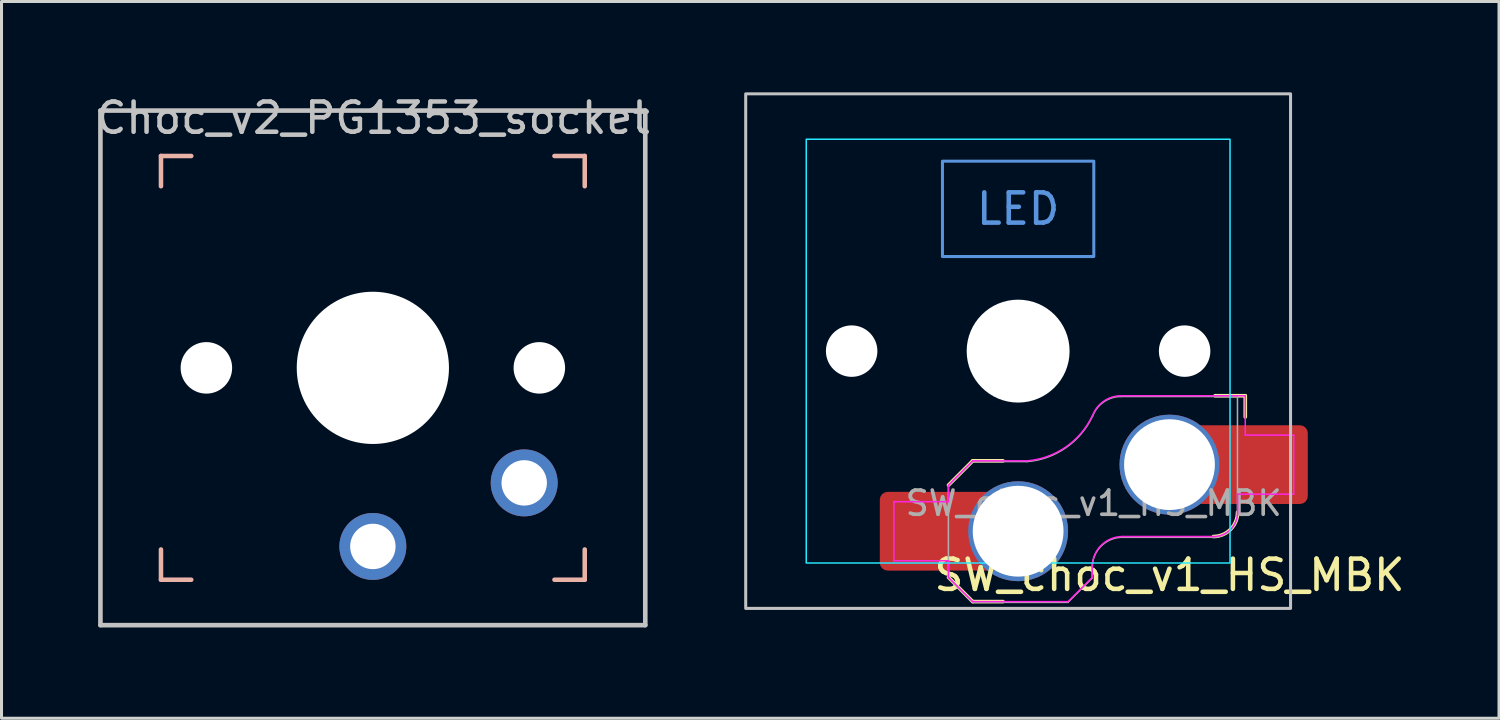
<source format=kicad_pcb>
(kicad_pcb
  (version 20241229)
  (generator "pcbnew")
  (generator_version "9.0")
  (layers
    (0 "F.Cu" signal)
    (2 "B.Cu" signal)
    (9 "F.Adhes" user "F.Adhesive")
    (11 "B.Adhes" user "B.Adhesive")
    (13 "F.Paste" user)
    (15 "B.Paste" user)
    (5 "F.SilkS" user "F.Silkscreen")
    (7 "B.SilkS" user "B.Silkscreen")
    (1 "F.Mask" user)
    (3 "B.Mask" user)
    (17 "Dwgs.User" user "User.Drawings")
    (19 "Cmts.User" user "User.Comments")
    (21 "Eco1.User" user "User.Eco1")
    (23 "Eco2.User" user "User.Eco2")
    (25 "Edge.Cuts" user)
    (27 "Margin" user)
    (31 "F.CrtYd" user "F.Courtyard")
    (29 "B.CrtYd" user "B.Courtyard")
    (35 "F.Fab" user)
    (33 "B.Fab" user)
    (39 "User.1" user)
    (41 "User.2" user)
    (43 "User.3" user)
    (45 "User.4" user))
  (footprint "SW_choc_v1_HS_MBK"
    (layer "F.Cu")
    (at 30.586 8.55)
    (property "Reference" "SW_choc_v1_HS_MBK" (at 5 7.4 0) (layer "F.SilkS") (effects (font (size 1 1) (thickness 0.15))))
    (attr smd)
    (fp_line (start -2.3 7.475) (end -1.5 8.275) (stroke (width 0.12) (type solid)) (layer "F.SilkS"))
    (fp_line (start -1.5 3.625) (end -2.3 4.425) (stroke (width 0.12) (type solid)) (layer "F.SilkS"))
    (fp_line (start -1.5 3.625) (end -0.5 3.625) (stroke (width 0.12) (type solid)) (layer "F.SilkS"))
    (fp_line (start -1.5 8.275) (end -0.5 8.275) (stroke (width 0.12) (type solid)) (layer "F.SilkS"))
    (fp_line (start 7.504 1.475) (end 6.504 1.475) (stroke (width 0.12) (type solid)) (layer "F.SilkS"))
    (fp_line (start 7.504 1.475) (end 7.504 2.175) (stroke (width 0.12) (type solid)) (layer "F.SilkS"))
    (fp_arc (start 7.25 5.325) (mid 7.015685 5.890685) (end 6.45 6.125) (stroke (width 0.12) (type solid)) (layer "F.SilkS"))
    (fp_rect (start 9 8.5) (end -9 -8.5) (stroke (width 0.1) (type default)) (fill no) (layer "Dwgs.User"))
    (fp_rect (start 2.5 -3.125) (end -2.5 -6.275) (stroke (width 0.1) (type default)) (fill no) (layer "Cmts.User"))
    (fp_line (start -6.95 -6.45) (end -6.95 6.45) (stroke (width 0.05) (type solid)) (layer "Eco2.User"))
    (fp_line (start -6.45 6.95) (end 6.45 6.95) (stroke (width 0.05) (type solid)) (layer "Eco2.User"))
    (fp_line (start 6.45 -6.95) (end -6.45 -6.95) (stroke (width 0.05) (type solid)) (layer "Eco2.User"))
    (fp_line (start 6.95 6.45) (end 6.95 -6.45) (stroke (width 0.05) (type solid)) (layer "Eco2.User"))
    (fp_arc (start -6.95 -6.45) (mid -6.803553 -6.803553) (end -6.45 -6.95) (stroke (width 0.05) (type solid)) (layer "Eco2.User"))
    (fp_arc (start -6.45 6.95) (mid -6.803553 6.803553) (end -6.95 6.45) (stroke (width 0.05) (type solid)) (layer "Eco2.User"))
    (fp_arc (start 6.45 -6.95) (mid 6.803553 -6.803553) (end 6.95 -6.45) (stroke (width 0.05) (type solid)) (layer "Eco2.User"))
    (fp_arc (start 6.95 6.45) (mid 6.803553 6.803553) (end 6.45 6.95) (stroke (width 0.05) (type solid)) (layer "Eco2.User"))
    (fp_rect (start 7 7) (end -7 -7) (stroke (width 0.05) (type default)) (fill no) (layer "B.CrtYd"))
    (fp_line (start -4.104 4.975) (end -4.104 6.925) (stroke (width 0.05) (type solid)) (layer "F.CrtYd"))
    (fp_line (start -4.104 4.975) (end -2.3 4.975) (stroke (width 0.05) (type solid)) (layer "F.CrtYd"))
    (fp_line (start -4.104 6.925) (end -2.3 6.925) (stroke (width 0.05) (type solid)) (layer "F.CrtYd"))
    (fp_line (start -2.3 4.975) (end -2.3 4.425) (stroke (width 0.05) (type solid)) (layer "F.CrtYd"))
    (fp_line (start -2.3 7.475) (end -2.3 6.925) (stroke (width 0.05) (type solid)) (layer "F.CrtYd"))
    (fp_line (start -2.3 7.475) (end -1.5 8.275) (stroke (width 0.05) (type solid)) (layer "F.CrtYd"))
    (fp_line (start -1.5 3.625) (end -2.3 4.425) (stroke (width 0.05) (type solid)) (layer "F.CrtYd"))
    (fp_line (start -1.5 3.625) (end 0.3 3.625) (stroke (width 0.05) (type solid)) (layer "F.CrtYd"))
    (fp_line (start -1.5 8.275) (end 1.65 8.275) (stroke (width 0.05) (type solid)) (layer "F.CrtYd"))
    (fp_line (start 2.45 7.475) (end 1.65 8.275) (stroke (width 0.05) (type solid)) (layer "F.CrtYd"))
    (fp_line (start 2.45 7.475) (end 2.45 7.125) (stroke (width 0.05) (type solid)) (layer "F.CrtYd"))
    (fp_line (start 3.45 6.125) (end 6.45 6.125) (stroke (width 0.05) (type solid)) (layer "F.CrtYd"))
    (fp_line (start 7.25 4.725) (end 9.104 4.725) (stroke (width 0.05) (type solid)) (layer "F.CrtYd"))
    (fp_line (start 7.25 5.325) (end 7.25 4.725) (stroke (width 0.05) (type solid)) (layer "F.CrtYd"))
    (fp_line (start 7.504 1.475) (end 3.4 1.475) (stroke (width 0.05) (type solid)) (layer "F.CrtYd"))
    (fp_line (start 7.504 1.475) (end 7.504 2.175) (stroke (width 0.05) (type solid)) (layer "F.CrtYd"))
    (fp_line (start 7.504 2.175) (end 7.504 2.775) (stroke (width 0.05) (type solid)) (layer "F.CrtYd"))
    (fp_line (start 9.104 2.775) (end 7.504 2.775) (stroke (width 0.05) (type solid)) (layer "F.CrtYd"))
    (fp_line (start 9.104 4.725) (end 9.104 2.775) (stroke (width 0.05) (type solid)) (layer "F.CrtYd"))
    (fp_arc (start 2.45 7.125) (mid 2.742893 6.417893) (end 3.45 6.125) (stroke (width 0.05) (type solid)) (layer "F.CrtYd"))
    (fp_arc (start 2.455444 2.13293) (mid 1.577272 3.167235) (end 0.299999 3.624999) (stroke (width 0.05) (type solid)) (layer "F.CrtYd"))
    (fp_arc (start 2.460307 2.13298) (mid 2.826423 1.655848) (end 3.4 1.475) (stroke (width 0.05) (type solid)) (layer "F.CrtYd"))
    (fp_arc (start 7.25 5.325) (mid 7.015685 5.890685) (end 6.45 6.125) (stroke (width 0.05) (type solid)) (layer "F.CrtYd"))
    (fp_line (start -2.304 7.5) (end -2.304 4.45) (stroke (width 0.05) (type solid)) (layer "F.Fab"))
    (fp_line (start -2.304 7.5) (end -1.504 8.3) (stroke (width 0.05) (type solid)) (layer "F.Fab"))
    (fp_line (start -1.504 3.65) (end -2.304 4.45) (stroke (width 0.05) (type solid)) (layer "F.Fab"))
    (fp_line (start -1.504 3.65) (end 0.296 3.65) (stroke (width 0.05) (type solid)) (layer "F.Fab"))
    (fp_line (start -1.504 8.3) (end 1.646 8.3) (stroke (width 0.05) (type solid)) (layer "F.Fab"))
    (fp_line (start 2.446 7.5) (end 1.646 8.3) (stroke (width 0.05) (type solid)) (layer "F.Fab"))
    (fp_line (start 2.446 7.5) (end 2.446 7.15) (stroke (width 0.05) (type solid)) (layer "F.Fab"))
    (fp_line (start 3.446 6.15) (end 6.446 6.15) (stroke (width 0.05) (type solid)) (layer "F.Fab"))
    (fp_line (start 7.246 1.5) (end 3.396 1.5) (stroke (width 0.05) (type solid)) (layer "F.Fab"))
    (fp_line (start 7.246 5.35) (end 7.246 1.5) (stroke (width 0.05) (type solid)) (layer "F.Fab"))
    (fp_arc (start 2.446 7.15) (mid 2.738893 6.442893) (end 3.446 6.15) (stroke (width 0.05) (type solid)) (layer "F.Fab"))
    (fp_arc (start 2.451444 2.15793) (mid 1.573272 3.192235) (end 0.295999 3.649999) (stroke (width 0.05) (type solid)) (layer "F.Fab"))
    (fp_arc (start 2.456307 2.15798) (mid 2.822423 1.680848) (end 3.396 1.5) (stroke (width 0.05) (type solid)) (layer "F.Fab"))
    (fp_arc (start 7.246 5.35) (mid 7.011685 5.915685) (end 6.446 6.15) (stroke (width 0.05) (type solid)) (layer "F.Fab"))
    (fp_text user "LED" (at 0 -4.7 0) (unlocked yes) (layer "Cmts.User") (effects (font (size 1 1) (thickness 0.15))))
    (fp_text user "${REFERENCE}" (at 2.496 5.025 0) (layer "F.Fab") (effects (font (size 0.8 0.8) (thickness 0.12))))
    (pad "" np_thru_hole circle (at -5.5 0 180) (size 1.7 1.7) (drill 1.7) (layers "*.Cu" "*.Mask"))
    (pad "" np_thru_hole circle (at 0 0 180) (size 3.4 3.4) (drill 3.4) (layers "*.Cu" "*.Mask"))
    (pad "" np_thru_hole circle (at 5.5 0 180) (size 1.7 1.7) (drill 1.7) (layers "*.Cu" "*.Mask"))
    (pad "1" thru_hole circle (at 5 3.75) (size 3.3 3.3) (drill 3) (layers "*.Cu" "F.Mask"))
    (pad "1" smd rect (at 6.55 3.75) (size 1.2 2.6) (layers "F.Cu"))
    (pad "1" smd roundrect (at 8.245 3.75) (size 2.65 2.6) (layers "F.Cu" "F.Mask" "F.Paste") (roundrect_rratio 0.1))
    (pad "2" smd roundrect (at -3.245 5.95) (size 2.65 2.6) (layers "F.Cu" "F.Mask" "F.Paste") (roundrect_rratio 0.1))
    (pad "2" smd rect (at -1.55 5.95 180) (size 1.2 2.6) (layers "F.Cu"))
    (pad "2" thru_hole circle (at 0 5.95) (size 3.3 3.3) (drill 3) (layers "*.Cu" "F.Mask")))
  (footprint "Choc_v2_PG1353_socket"
    (layer "F.Cu")
    (at 9.268 9.103)
    (property "Reference" "Choc_v2_PG1353_socket" (at 0 -8.255 0) (layer "Dwgs.User") (effects (font (size 1 1) (thickness 0.15))))
    (attr through_hole)
    (fp_line (start -7 -7) (end -7 -6) (stroke (width 0.15) (type solid)) (layer "B.SilkS"))
    (fp_line (start -7 -7) (end -6 -7) (stroke (width 0.15) (type solid)) (layer "B.SilkS"))
    (fp_line (start -7 6) (end -7 7) (stroke (width 0.15) (type solid)) (layer "B.SilkS"))
    (fp_line (start -6 7) (end -7 7) (stroke (width 0.15) (type solid)) (layer "B.SilkS"))
    (fp_line (start 6 -7) (end 7 -7) (stroke (width 0.15) (type solid)) (layer "B.SilkS"))
    (fp_line (start 7 -6) (end 7 -7) (stroke (width 0.15) (type solid)) (layer "B.SilkS"))
    (fp_line (start 7 7) (end 6 7) (stroke (width 0.15) (type solid)) (layer "B.SilkS"))
    (fp_line (start 7 7) (end 7 6) (stroke (width 0.15) (type solid)) (layer "B.SilkS"))
    (fp_line (start -9 -8.5) (end -9 8.5) (stroke (width 0.152) (type solid)) (layer "Dwgs.User"))
    (fp_line (start -9 8.5) (end 9 8.5) (stroke (width 0.152) (type solid)) (layer "Dwgs.User"))
    (fp_line (start 9 -8.5) (end -9 -8.5) (stroke (width 0.152) (type solid)) (layer "Dwgs.User"))
    (fp_line (start 9 8.5) (end 9 -8.5) (stroke (width 0.152) (type solid)) (layer "Dwgs.User"))
    (fp_line (start -6.9 -6.9) (end -6.9 6.9) (stroke (width 0.15) (type solid)) (layer "Eco2.User"))
    (fp_line (start -6.9 -6.9) (end 6.9 -6.9) (stroke (width 0.15) (type solid)) (layer "Eco2.User"))
    (fp_line (start 6.9 6.9) (end -6.9 6.9) (stroke (width 0.15) (type solid)) (layer "Eco2.User"))
    (fp_line (start 6.9 6.9) (end 6.9 -6.9) (stroke (width 0.15) (type solid)) (layer "Eco2.User"))
    (pad "" np_thru_hole circle (at -5.5 0) (size 1.702 1.702) (drill 1.702) (layers "*.Cu" "*.Mask"))
    (pad "" np_thru_hole circle (at 0 0) (size 5.029 5.029) (drill 5.029) (layers "*.Cu" "*.Mask"))
    (pad "" np_thru_hole circle (at 5.5 0) (size 1.702 1.702) (drill 1.702) (layers "*.Cu" "*.Mask"))
    (pad "1" thru_hole circle (at 0 5.9) (size 2.212 2.212) (drill 1.5) (layers "*.Cu" "*.Mask"))
    (pad "2" thru_hole circle (at 5 3.8) (size 2.212 2.212) (drill 1.5) (layers "*.Cu" "*.Mask")))
  (gr_rect
    (start -3 -3)
    (end 46.473 20.679)
    (stroke (width 0.1) (type default))
    (fill no)
    (layer "Edge.Cuts")))
</source>
